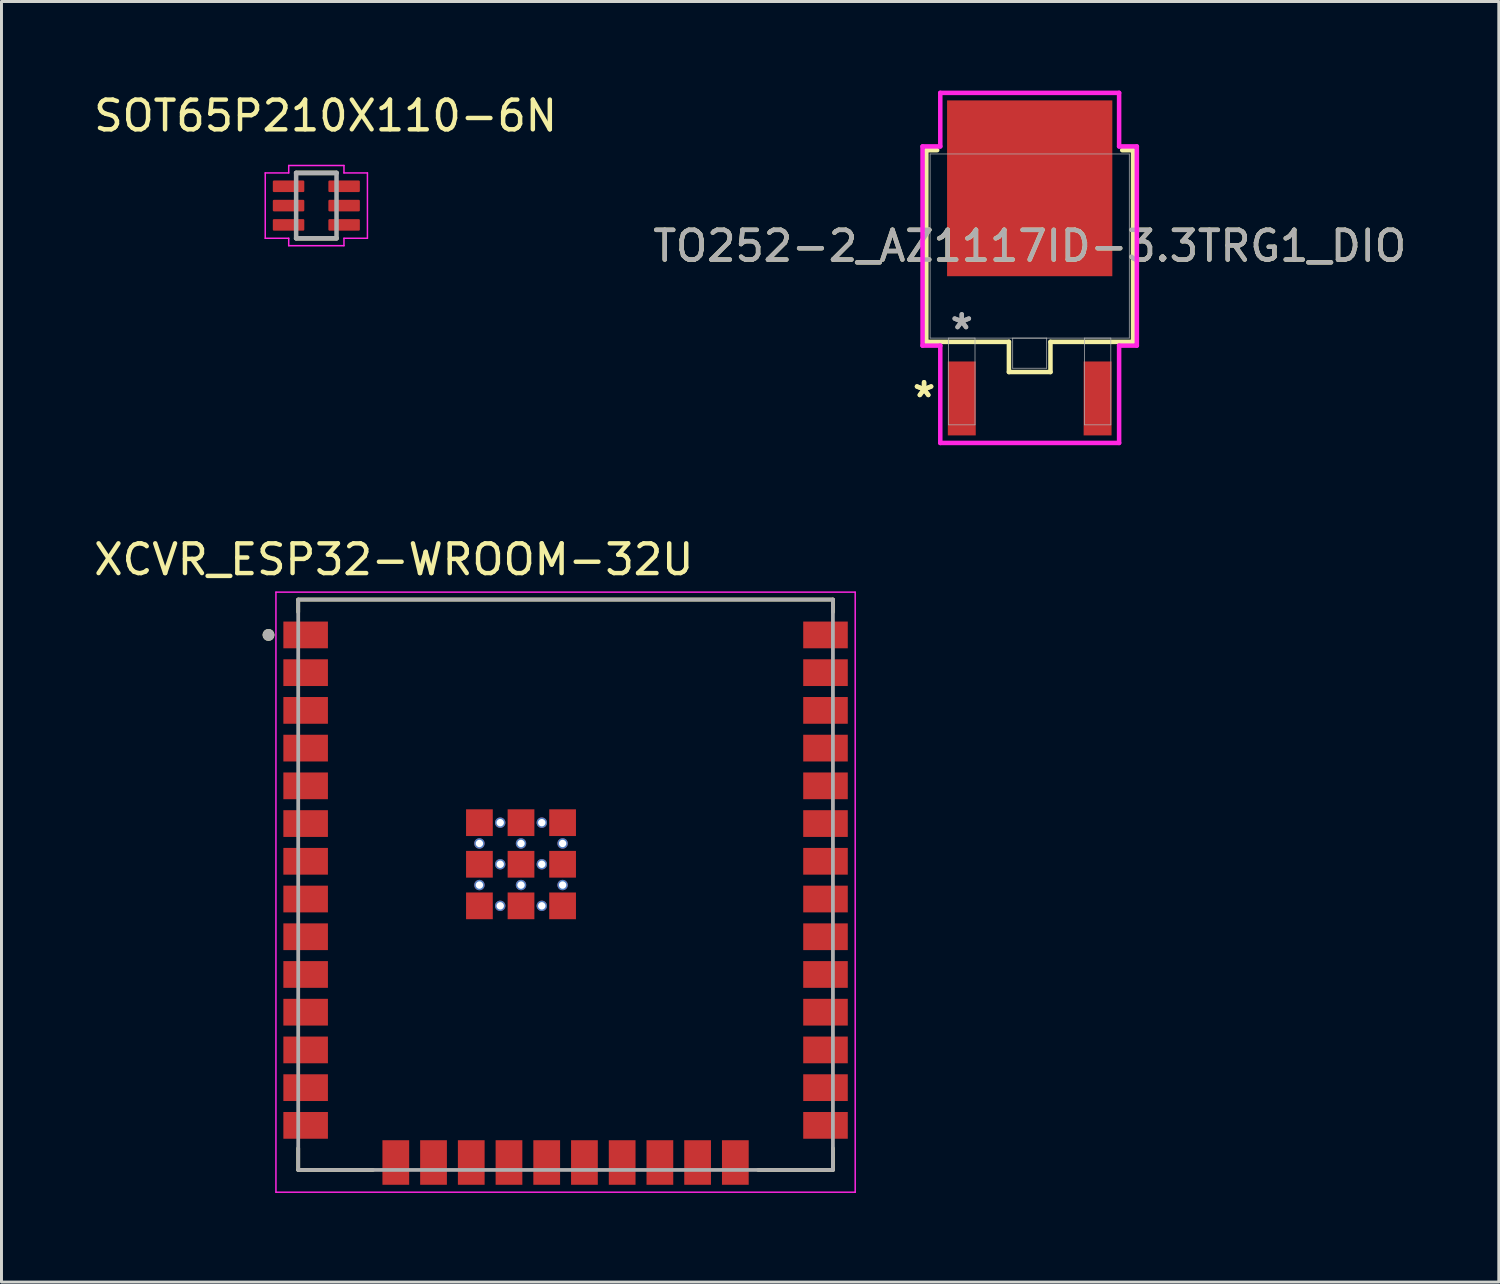
<source format=kicad_pcb>
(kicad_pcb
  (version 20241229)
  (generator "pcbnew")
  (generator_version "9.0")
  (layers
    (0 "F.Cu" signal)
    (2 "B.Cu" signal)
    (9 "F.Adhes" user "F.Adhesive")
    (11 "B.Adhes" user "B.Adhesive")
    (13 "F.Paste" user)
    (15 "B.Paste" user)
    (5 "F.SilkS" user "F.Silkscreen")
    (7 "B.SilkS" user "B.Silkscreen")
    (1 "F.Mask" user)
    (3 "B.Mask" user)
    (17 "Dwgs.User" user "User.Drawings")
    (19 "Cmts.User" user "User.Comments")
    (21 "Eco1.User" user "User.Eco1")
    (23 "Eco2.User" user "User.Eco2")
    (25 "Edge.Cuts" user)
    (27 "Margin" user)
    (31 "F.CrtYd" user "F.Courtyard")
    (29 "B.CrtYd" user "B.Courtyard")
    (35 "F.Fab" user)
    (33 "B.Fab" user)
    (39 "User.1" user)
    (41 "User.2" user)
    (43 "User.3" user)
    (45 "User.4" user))
  (footprint "TO252-2_AZ1117ID-3.3TRG1_DIO"
    (layer "F.Cu")
    (at 31.613 5.232)
    (property "Reference" "TO252-2_AZ1117ID-3.3TRG1_DIO" (at 0 0 0) (unlocked yes) (layer "F.SilkS") (effects (font (size 1 1) (thickness 0.15))))
    (attr smd)
    (fp_line (start -3.48 -3.226) (end -3.48 3.226) (stroke (width 0.152) (type solid)) (layer "F.SilkS"))
    (fp_line (start -3.48 3.226) (end -0.699 3.226) (stroke (width 0.152) (type solid)) (layer "F.SilkS"))
    (fp_line (start -3.114 -3.226) (end -3.48 -3.226) (stroke (width 0.152) (type solid)) (layer "F.SilkS"))
    (fp_line (start -0.699 3.226) (end -0.699 4.242) (stroke (width 0.152) (type solid)) (layer "F.SilkS"))
    (fp_line (start -0.699 4.242) (end 0.699 4.242) (stroke (width 0.152) (type solid)) (layer "F.SilkS"))
    (fp_line (start 0.699 3.226) (end 3.48 3.226) (stroke (width 0.152) (type solid)) (layer "F.SilkS"))
    (fp_line (start 0.699 4.242) (end 0.699 3.226) (stroke (width 0.152) (type solid)) (layer "F.SilkS"))
    (fp_line (start 3.48 -3.226) (end 3.114 -3.226) (stroke (width 0.152) (type solid)) (layer "F.SilkS"))
    (fp_line (start 3.48 3.226) (end 3.48 -3.226) (stroke (width 0.152) (type solid)) (layer "F.SilkS"))
    (fp_line (start -3.607 -3.353) (end -3.01 -3.353) (stroke (width 0.152) (type solid)) (layer "F.CrtYd"))
    (fp_line (start -3.607 3.353) (end -3.607 -3.353) (stroke (width 0.152) (type solid)) (layer "F.CrtYd"))
    (fp_line (start -3.01 -5.156) (end 3.01 -5.156) (stroke (width 0.152) (type solid)) (layer "F.CrtYd"))
    (fp_line (start -3.01 -3.353) (end -3.01 -5.156) (stroke (width 0.152) (type solid)) (layer "F.CrtYd"))
    (fp_line (start -3.01 3.353) (end -3.607 3.353) (stroke (width 0.152) (type solid)) (layer "F.CrtYd"))
    (fp_line (start -3.01 6.629) (end -3.01 3.353) (stroke (width 0.152) (type solid)) (layer "F.CrtYd"))
    (fp_line (start 3.01 -5.156) (end 3.01 -3.353) (stroke (width 0.152) (type solid)) (layer "F.CrtYd"))
    (fp_line (start 3.01 -3.353) (end 3.607 -3.353) (stroke (width 0.152) (type solid)) (layer "F.CrtYd"))
    (fp_line (start 3.01 3.353) (end 3.01 6.629) (stroke (width 0.152) (type solid)) (layer "F.CrtYd"))
    (fp_line (start 3.01 6.629) (end -3.01 6.629) (stroke (width 0.152) (type solid)) (layer "F.CrtYd"))
    (fp_line (start 3.607 -3.353) (end 3.607 3.353) (stroke (width 0.152) (type solid)) (layer "F.CrtYd"))
    (fp_line (start 3.607 3.353) (end 3.01 3.353) (stroke (width 0.152) (type solid)) (layer "F.CrtYd"))
    (fp_line (start -3.353 -3.099) (end -3.353 3.099) (stroke (width 0.025) (type solid)) (layer "F.Fab"))
    (fp_line (start -3.353 3.099) (end 3.353 3.099) (stroke (width 0.025) (type solid)) (layer "F.Fab"))
    (fp_line (start -2.731 3.099) (end -2.731 6.02) (stroke (width 0.025) (type solid)) (layer "F.Fab"))
    (fp_line (start -2.731 6.02) (end -1.841 6.02) (stroke (width 0.025) (type solid)) (layer "F.Fab"))
    (fp_line (start -1.841 3.099) (end -2.731 3.099) (stroke (width 0.025) (type solid)) (layer "F.Fab"))
    (fp_line (start -1.841 6.02) (end -1.841 3.099) (stroke (width 0.025) (type solid)) (layer "F.Fab"))
    (fp_line (start -0.572 3.099) (end -0.572 4.115) (stroke (width 0.025) (type solid)) (layer "F.Fab"))
    (fp_line (start -0.572 4.115) (end 0.572 4.115) (stroke (width 0.025) (type solid)) (layer "F.Fab"))
    (fp_line (start 0.572 3.099) (end -0.572 3.099) (stroke (width 0.025) (type solid)) (layer "F.Fab"))
    (fp_line (start 0.572 4.115) (end 0.572 3.099) (stroke (width 0.025) (type solid)) (layer "F.Fab"))
    (fp_line (start 1.841 3.099) (end 1.841 6.02) (stroke (width 0.025) (type solid)) (layer "F.Fab"))
    (fp_line (start 1.841 6.02) (end 2.731 6.02) (stroke (width 0.025) (type solid)) (layer "F.Fab"))
    (fp_line (start 2.731 3.099) (end 1.841 3.099) (stroke (width 0.025) (type solid)) (layer "F.Fab"))
    (fp_line (start 2.731 6.02) (end 2.731 3.099) (stroke (width 0.025) (type solid)) (layer "F.Fab"))
    (fp_line (start 3.353 -3.099) (end -3.353 -3.099) (stroke (width 0.025) (type solid)) (layer "F.Fab"))
    (fp_line (start 3.353 3.099) (end 3.353 -3.099) (stroke (width 0.025) (type solid)) (layer "F.Fab"))
    (fp_text user "*" (at -3.556 5.131 0) (layer "F.SilkS") (effects (font (size 1 1) (thickness 0.15))))
    (fp_text user "*" (at -3.556 5.131 0) (unlocked yes) (layer "F.SilkS") (effects (font (size 1 1) (thickness 0.15))))
    (fp_text user "*" (at -2.286 2.845 0) (layer "F.Fab") (effects (font (size 1 1) (thickness 0.15))))
    (fp_text user "${REFERENCE}" (at 0 0 0) (unlocked yes) (layer "F.Fab") (effects (font (size 1 1) (thickness 0.15))))
    (fp_text user "*" (at -2.286 2.845 0) (unlocked yes) (layer "F.Fab") (effects (font (size 1 1) (thickness 0.15))))
    (pad "1" smd rect (at -2.286 5.131) (size 0.94 2.489) (layers "F.Cu" "F.Mask" "F.Paste"))
    (pad "2" smd rect (at 0 -1.943) (size 5.563 5.918) (layers "F.Cu" "F.Mask" "F.Paste"))
    (pad "3" smd rect (at 2.286 5.131) (size 0.94 2.489) (layers "F.Cu" "F.Mask" "F.Paste")))
  (footprint "XCVR_ESP32-WROOM-32U"
    (layer "F.Cu")
    (at 15.989 26.734)
    (property "Reference" "XCVR_ESP32-WROOM-32U" (at -5.782 -10.948 0) (layer "F.SilkS") (effects (font (size 1.001 1.001) (thickness 0.15))))
    (attr smd)
    (fp_line (start -9 -9.6) (end 9 -9.6) (stroke (width 0.127) (type solid)) (layer "F.SilkS"))
    (fp_line (start -9 -9.18) (end -9 -9.6) (stroke (width 0.127) (type solid)) (layer "F.SilkS"))
    (fp_line (start -9 8.87) (end -9 9.6) (stroke (width 0.127) (type solid)) (layer "F.SilkS"))
    (fp_line (start -9 9.6) (end -6.485 9.6) (stroke (width 0.127) (type solid)) (layer "F.SilkS"))
    (fp_line (start 6.485 9.6) (end 9 9.6) (stroke (width 0.127) (type solid)) (layer "F.SilkS"))
    (fp_line (start 9 -9.6) (end 9 -9.18) (stroke (width 0.127) (type solid)) (layer "F.SilkS"))
    (fp_line (start 9 9.6) (end 9 8.87) (stroke (width 0.127) (type solid)) (layer "F.SilkS"))
    (fp_circle (center -10 -8.41) (end -9.9 -8.41) (stroke (width 0.2) (type solid)) (fill no) (layer "F.SilkS"))
    (fp_line (start -9.75 -9.85) (end 9.75 -9.85) (stroke (width 0.05) (type solid)) (layer "F.CrtYd"))
    (fp_line (start -9.75 10.35) (end -9.75 -9.85) (stroke (width 0.05) (type solid)) (layer "F.CrtYd"))
    (fp_line (start 9.75 -9.85) (end 9.75 10.35) (stroke (width 0.05) (type solid)) (layer "F.CrtYd"))
    (fp_line (start 9.75 10.35) (end -9.75 10.35) (stroke (width 0.05) (type solid)) (layer "F.CrtYd"))
    (fp_line (start -9 -9.6) (end 9 -9.6) (stroke (width 0.127) (type solid)) (layer "F.Fab"))
    (fp_line (start -9 9.6) (end -9 -9.6) (stroke (width 0.127) (type solid)) (layer "F.Fab"))
    (fp_line (start 9 -9.6) (end 9 9.6) (stroke (width 0.127) (type solid)) (layer "F.Fab"))
    (fp_line (start 9 9.6) (end -9 9.6) (stroke (width 0.127) (type solid)) (layer "F.Fab"))
    (fp_circle (center -10 -8.41) (end -9.9 -8.41) (stroke (width 0.2) (type solid)) (fill no) (layer "F.Fab"))
    (pad "1" smd rect (at -8.75 -8.41) (size 1.5 0.9) (layers "F.Cu" "F.Mask" "F.Paste"))
    (pad "2" smd rect (at -8.75 -7.14) (size 1.5 0.9) (layers "F.Cu" "F.Mask" "F.Paste"))
    (pad "3" smd rect (at -8.75 -5.87) (size 1.5 0.9) (layers "F.Cu" "F.Mask" "F.Paste"))
    (pad "4" smd rect (at -8.75 -4.6) (size 1.5 0.9) (layers "F.Cu" "F.Mask" "F.Paste"))
    (pad "5" smd rect (at -8.75 -3.33) (size 1.5 0.9) (layers "F.Cu" "F.Mask" "F.Paste"))
    (pad "6" smd rect (at -8.75 -2.06) (size 1.5 0.9) (layers "F.Cu" "F.Mask" "F.Paste"))
    (pad "7" smd rect (at -8.75 -0.79) (size 1.5 0.9) (layers "F.Cu" "F.Mask" "F.Paste"))
    (pad "8" smd rect (at -8.75 0.48) (size 1.5 0.9) (layers "F.Cu" "F.Mask" "F.Paste"))
    (pad "9" smd rect (at -8.75 1.75) (size 1.5 0.9) (layers "F.Cu" "F.Mask" "F.Paste"))
    (pad "10" smd rect (at -8.75 3.02) (size 1.5 0.9) (layers "F.Cu" "F.Mask" "F.Paste"))
    (pad "11" smd rect (at -8.75 4.29) (size 1.5 0.9) (layers "F.Cu" "F.Mask" "F.Paste"))
    (pad "12" smd rect (at -8.75 5.56) (size 1.5 0.9) (layers "F.Cu" "F.Mask" "F.Paste"))
    (pad "13" smd rect (at -8.75 6.83) (size 1.5 0.9) (layers "F.Cu" "F.Mask" "F.Paste"))
    (pad "14" smd rect (at -8.75 8.1) (size 1.5 0.9) (layers "F.Cu" "F.Mask" "F.Paste"))
    (pad "15" smd rect (at -5.715 9.35) (size 0.9 1.5) (layers "F.Cu" "F.Mask" "F.Paste"))
    (pad "16" smd rect (at -4.445 9.35) (size 0.9 1.5) (layers "F.Cu" "F.Mask" "F.Paste"))
    (pad "17" smd rect (at -3.175 9.35) (size 0.9 1.5) (layers "F.Cu" "F.Mask" "F.Paste"))
    (pad "18" smd rect (at -1.905 9.35) (size 0.9 1.5) (layers "F.Cu" "F.Mask" "F.Paste"))
    (pad "19" smd rect (at -0.635 9.35) (size 0.9 1.5) (layers "F.Cu" "F.Mask" "F.Paste"))
    (pad "20" smd rect (at 0.635 9.35) (size 0.9 1.5) (layers "F.Cu" "F.Mask" "F.Paste"))
    (pad "21" smd rect (at 1.905 9.35) (size 0.9 1.5) (layers "F.Cu" "F.Mask" "F.Paste"))
    (pad "22" smd rect (at 3.175 9.35) (size 0.9 1.5) (layers "F.Cu" "F.Mask" "F.Paste"))
    (pad "23" smd rect (at 4.445 9.35) (size 0.9 1.5) (layers "F.Cu" "F.Mask" "F.Paste"))
    (pad "24" smd rect (at 5.715 9.35) (size 0.9 1.5) (layers "F.Cu" "F.Mask" "F.Paste"))
    (pad "25" smd rect (at 8.75 8.1) (size 1.5 0.9) (layers "F.Cu" "F.Mask" "F.Paste"))
    (pad "26" smd rect (at 8.75 6.83) (size 1.5 0.9) (layers "F.Cu" "F.Mask" "F.Paste"))
    (pad "27" smd rect (at 8.75 5.56) (size 1.5 0.9) (layers "F.Cu" "F.Mask" "F.Paste"))
    (pad "28" smd rect (at 8.75 4.29) (size 1.5 0.9) (layers "F.Cu" "F.Mask" "F.Paste"))
    (pad "29" smd rect (at 8.75 3.02) (size 1.5 0.9) (layers "F.Cu" "F.Mask" "F.Paste"))
    (pad "30" smd rect (at 8.75 1.75) (size 1.5 0.9) (layers "F.Cu" "F.Mask" "F.Paste"))
    (pad "31" smd rect (at 8.75 0.48) (size 1.5 0.9) (layers "F.Cu" "F.Mask" "F.Paste"))
    (pad "32" smd rect (at 8.75 -0.79) (size 1.5 0.9) (layers "F.Cu" "F.Mask" "F.Paste"))
    (pad "33" smd rect (at 8.75 -2.06) (size 1.5 0.9) (layers "F.Cu" "F.Mask" "F.Paste"))
    (pad "34" smd rect (at 8.75 -3.33) (size 1.5 0.9) (layers "F.Cu" "F.Mask" "F.Paste"))
    (pad "35" smd rect (at 8.75 -4.6) (size 1.5 0.9) (layers "F.Cu" "F.Mask" "F.Paste"))
    (pad "36" smd rect (at 8.75 -5.87) (size 1.5 0.9) (layers "F.Cu" "F.Mask" "F.Paste"))
    (pad "37" smd rect (at 8.75 -7.14) (size 1.5 0.9) (layers "F.Cu" "F.Mask" "F.Paste"))
    (pad "38" smd rect (at 8.75 -8.41) (size 1.5 0.9) (layers "F.Cu" "F.Mask" "F.Paste"))
    (pad "39_1" smd rect (at -2.9 -2.09) (size 0.9 0.9) (layers "F.Cu" "F.Mask" "F.Paste"))
    (pad "39_2" smd rect (at -1.5 -2.09) (size 0.9 0.9) (layers "F.Cu" "F.Mask" "F.Paste"))
    (pad "39_3" smd rect (at -0.1 -2.09) (size 0.9 0.9) (layers "F.Cu" "F.Mask" "F.Paste"))
    (pad "39_4" smd rect (at -2.9 -0.69) (size 0.9 0.9) (layers "F.Cu" "F.Mask" "F.Paste"))
    (pad "39_5" smd rect (at -1.5 -0.69) (size 0.9 0.9) (layers "F.Cu" "F.Mask" "F.Paste"))
    (pad "39_6" smd rect (at -0.1 -0.69) (size 0.9 0.9) (layers "F.Cu" "F.Mask" "F.Paste"))
    (pad "39_7" smd rect (at -2.9 0.71) (size 0.9 0.9) (layers "F.Cu" "F.Mask" "F.Paste"))
    (pad "39_8" smd rect (at -1.5 0.71) (size 0.9 0.9) (layers "F.Cu" "F.Mask" "F.Paste"))
    (pad "39_9" smd rect (at -0.1 0.71) (size 0.9 0.9) (layers "F.Cu" "F.Mask" "F.Paste"))
    (pad "40_1" thru_hole circle (at -2.2 -2.09) (size 0.35 0.35) (drill 0.25) (layers "*.Cu"))
    (pad "40_2" thru_hole circle (at -0.8 -2.09) (size 0.35 0.35) (drill 0.25) (layers "*.Cu"))
    (pad "40_3" thru_hole circle (at -2.9 -1.39) (size 0.35 0.35) (drill 0.25) (layers "*.Cu"))
    (pad "40_4" thru_hole circle (at -1.5 -1.39) (size 0.35 0.35) (drill 0.25) (layers "*.Cu"))
    (pad "40_5" thru_hole circle (at -0.1 -1.39) (size 0.35 0.35) (drill 0.25) (layers "*.Cu"))
    (pad "40_6" thru_hole circle (at -2.2 -0.69) (size 0.35 0.35) (drill 0.25) (layers "*.Cu"))
    (pad "40_7" thru_hole circle (at -0.8 -0.69) (size 0.35 0.35) (drill 0.25) (layers "*.Cu"))
    (pad "40_8" thru_hole circle (at -2.9 0.01) (size 0.35 0.35) (drill 0.25) (layers "*.Cu"))
    (pad "40_9" thru_hole circle (at -1.5 0.01) (size 0.35 0.35) (drill 0.25) (layers "*.Cu"))
    (pad "40_10" thru_hole circle (at -0.1 0.01) (size 0.35 0.35) (drill 0.25) (layers "*.Cu"))
    (pad "40_11" thru_hole circle (at -2.2 0.71) (size 0.35 0.35) (drill 0.25) (layers "*.Cu"))
    (pad "40_12" thru_hole circle (at -0.8 0.71) (size 0.35 0.35) (drill 0.25) (layers "*.Cu")))
  (footprint "SOT65P210X110-6N"
    (layer "F.Cu")
    (at 7.599 3.871)
    (property "Reference" "SOT65P210X110-6N" (at 0.312 -3.023 0) (layer "F.SilkS") (effects (font (size 1 1) (thickness 0.15))))
    (attr smd)
    (fp_line (start -0.68 1.1) (end 0.68 1.1) (stroke (width 0.152) (type solid)) (layer "F.SilkS"))
    (fp_line (start 0.68 -1.1) (end -0.68 -1.1) (stroke (width 0.152) (type solid)) (layer "F.SilkS"))
    (fp_line (start -1.72 -1.1) (end -0.93 -1.1) (stroke (width 0.05) (type solid)) (layer "F.CrtYd"))
    (fp_line (start -1.72 1.1) (end -1.72 -1.1) (stroke (width 0.05) (type solid)) (layer "F.CrtYd"))
    (fp_line (start -0.93 -1.35) (end 0.93 -1.35) (stroke (width 0.05) (type solid)) (layer "F.CrtYd"))
    (fp_line (start -0.93 -1.1) (end -0.93 -1.35) (stroke (width 0.05) (type solid)) (layer "F.CrtYd"))
    (fp_line (start -0.93 1.1) (end -1.72 1.1) (stroke (width 0.05) (type solid)) (layer "F.CrtYd"))
    (fp_line (start -0.93 1.35) (end -0.93 1.1) (stroke (width 0.05) (type solid)) (layer "F.CrtYd"))
    (fp_line (start 0.93 -1.35) (end 0.93 -1.1) (stroke (width 0.05) (type solid)) (layer "F.CrtYd"))
    (fp_line (start 0.93 -1.1) (end 1.72 -1.1) (stroke (width 0.05) (type solid)) (layer "F.CrtYd"))
    (fp_line (start 0.93 1.1) (end 0.93 1.35) (stroke (width 0.05) (type solid)) (layer "F.CrtYd"))
    (fp_line (start 0.93 1.35) (end -0.93 1.35) (stroke (width 0.05) (type solid)) (layer "F.CrtYd"))
    (fp_line (start 1.72 -1.1) (end 1.72 1.1) (stroke (width 0.05) (type solid)) (layer "F.CrtYd"))
    (fp_line (start 1.72 1.1) (end 0.93 1.1) (stroke (width 0.05) (type solid)) (layer "F.CrtYd"))
    (fp_line (start -0.68 -1.1) (end -0.68 1.1) (stroke (width 0.152) (type solid)) (layer "F.Fab"))
    (fp_line (start -0.68 1.1) (end 0.68 1.1) (stroke (width 0.152) (type solid)) (layer "F.Fab"))
    (fp_line (start 0.68 -1.1) (end -0.68 -1.1) (stroke (width 0.152) (type solid)) (layer "F.Fab"))
    (fp_line (start 0.68 1.1) (end 0.68 -1.1) (stroke (width 0.152) (type solid)) (layer "F.Fab"))
    (pad "1" smd roundrect (at -0.935 -0.65) (size 1.06 0.39) (layers "F.Cu" "F.Mask" "F.Paste") (roundrect_rratio 0.1))
    (pad "2" smd roundrect (at -0.935 0) (size 1.06 0.39) (layers "F.Cu" "F.Mask" "F.Paste") (roundrect_rratio 0.1))
    (pad "3" smd roundrect (at -0.935 0.65) (size 1.06 0.39) (layers "F.Cu" "F.Mask" "F.Paste") (roundrect_rratio 0.1))
    (pad "4" smd roundrect (at 0.935 0.65) (size 1.06 0.39) (layers "F.Cu" "F.Mask" "F.Paste") (roundrect_rratio 0.1))
    (pad "5" smd roundrect (at 0.935 0) (size 1.06 0.39) (layers "F.Cu" "F.Mask" "F.Paste") (roundrect_rratio 0.1))
    (pad "6" smd roundrect (at 0.935 -0.65) (size 1.06 0.39) (layers "F.Cu" "F.Mask" "F.Paste") (roundrect_rratio 0.1)))
  (gr_rect
    (start -3 -3)
    (end 47.405 40.109)
    (stroke (width 0.1) (type default))
    (fill no)
    (layer "Edge.Cuts")))
</source>
